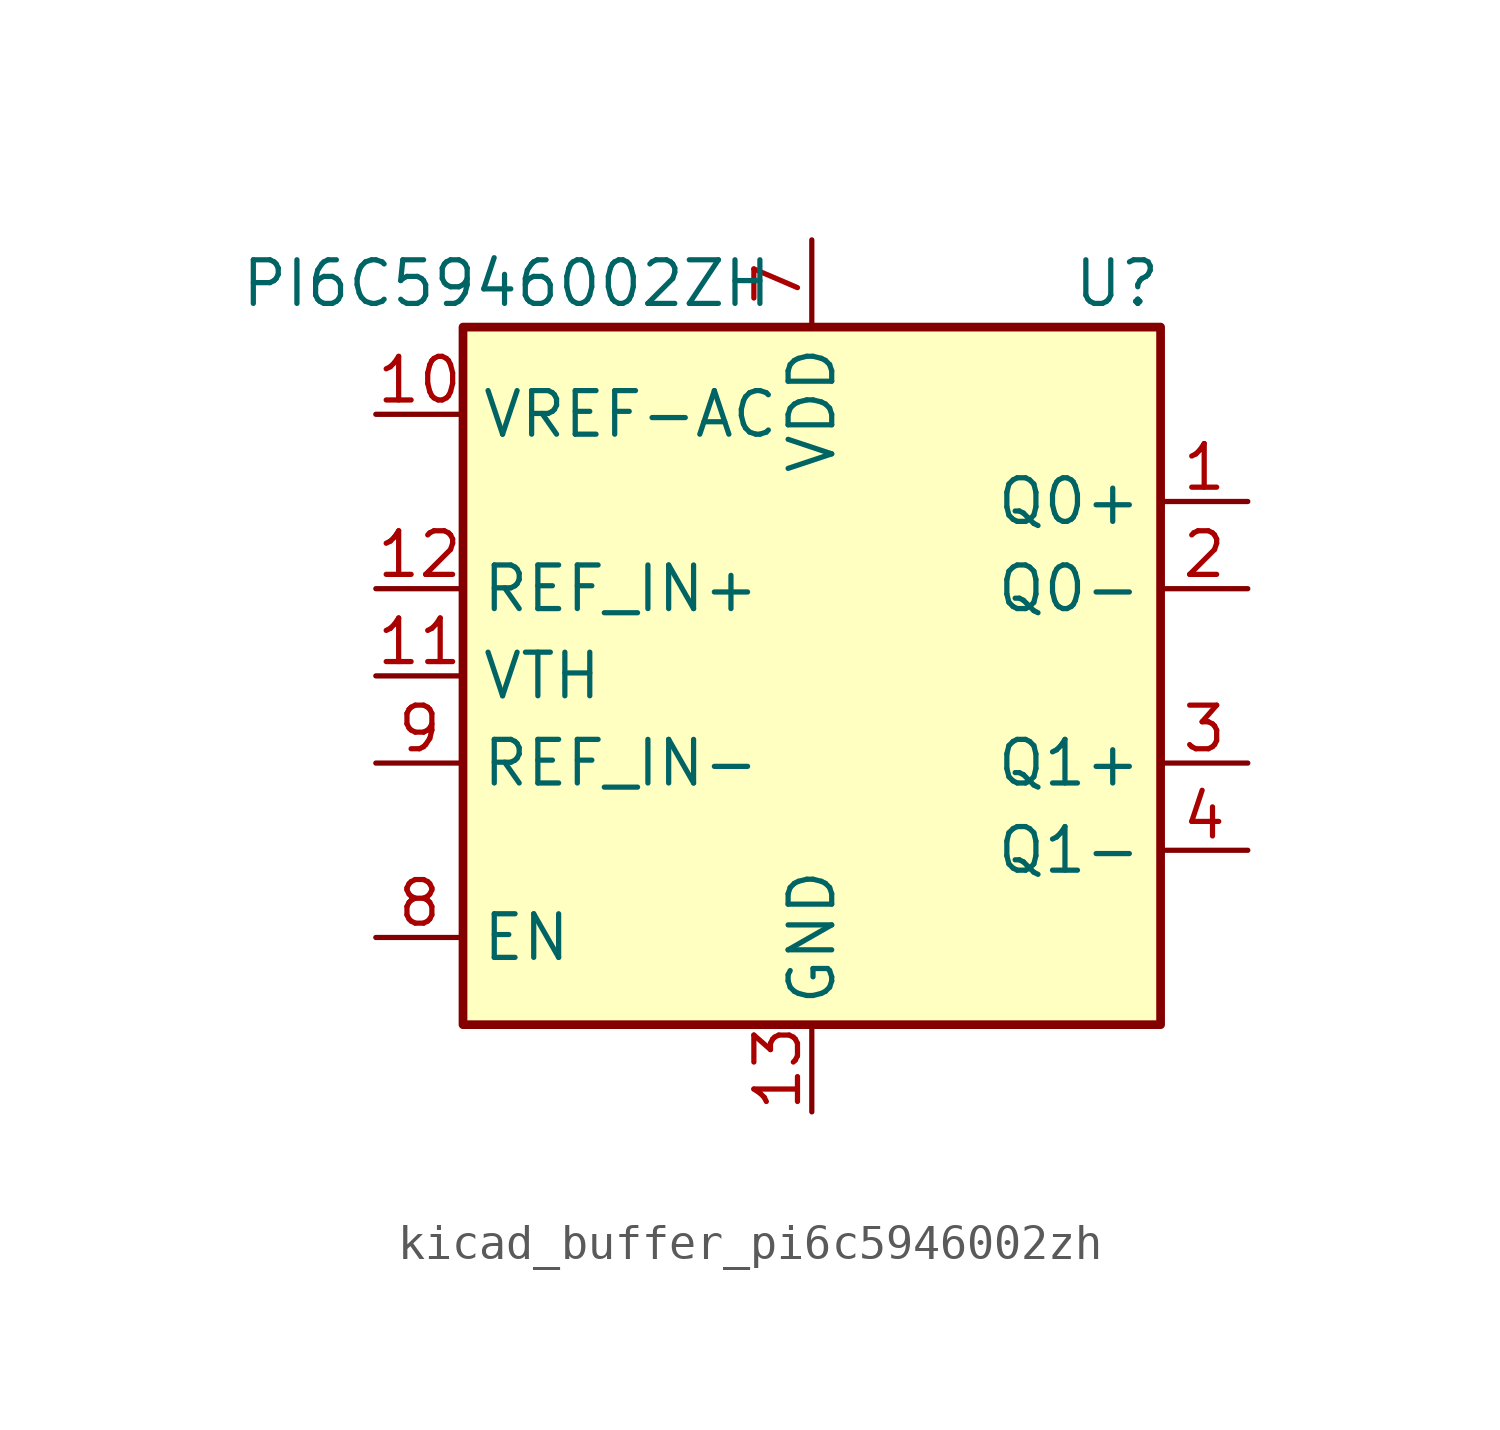
<source format=kicad_sym>
(kicad_symbol_lib
  (version 20220914)
  (generator kicad_symbol_editor)
  (symbol "kicad_buffer_pi6c5946002zh"
    (property "Reference" "U"
      (at 8.89 11.43 0)
      (effects (font (size 1.27 1.27))))
    (property "Value" "PI6C5946002ZH"
      (at -8.89 11.43 0)
      (effects (font (size 1.27 1.27))))
    (symbol "kicad_buffer_pi6c5946002zh_0_1"
      (rectangle (start -10.16 10.16) (end 10.16 -10.16) (stroke (width 0.254) (type default)) (fill (type background))))
    (symbol "kicad_buffer_pi6c5946002zh_1_1"
      (pin output line (at 12.7 5.08 180) (length 2.54) (name "Q0+" (effects (font (size 1.27 1.27)))) (number "1" (effects (font (size 1.27 1.27)))))
      (pin output line (at -12.7 7.62 0) (length 2.54) (name "VREF-AC" (effects (font (size 1.27 1.27)))) (number "10" (effects (font (size 1.27 1.27)))))
      (pin input line (at -12.7 0 0) (length 2.54) (name "VTH" (effects (font (size 1.27 1.27)))) (number "11" (effects (font (size 1.27 1.27)))))
      (pin input line (at -12.7 2.54 0) (length 2.54) (name "REF_IN+" (effects (font (size 1.27 1.27)))) (number "12" (effects (font (size 1.27 1.27)))))
      (pin power_in line (at 0 -12.7 90) (length 2.54) (name "GND" (effects (font (size 1.27 1.27)))) (number "13" (effects (font (size 1.27 1.27)))))
      (pin passive line (at 0 12.7 270) (length 2.54) hide (name "VDD" (effects (font (size 1.27 1.27)))) (number "14" (effects (font (size 1.27 1.27)))))
      (pin no_connect line (at 10.16 -7.62 180) (length 2.54) hide (name "DNC" (effects (font (size 1.27 1.27)))) (number "15" (effects (font (size 1.27 1.27)))))
      (pin no_connect line (at 10.16 7.62 180) (length 2.54) hide (name "DNC" (effects (font (size 1.27 1.27)))) (number "16" (effects (font (size 1.27 1.27)))))
      (pin passive line (at 0 -12.7 90) (length 2.54) hide (name "GND" (effects (font (size 1.27 1.27)))) (number "17" (effects (font (size 1.27 1.27)))))
      (pin output line (at 12.7 2.54 180) (length 2.54) (name "Q0-" (effects (font (size 1.27 1.27)))) (number "2" (effects (font (size 1.27 1.27)))))
      (pin output line (at 12.7 -2.54 180) (length 2.54) (name "Q1+" (effects (font (size 1.27 1.27)))) (number "3" (effects (font (size 1.27 1.27)))))
      (pin output line (at 12.7 -5.08 180) (length 2.54) (name "Q1-" (effects (font (size 1.27 1.27)))) (number "4" (effects (font (size 1.27 1.27)))))
      (pin no_connect line (at -10.16 5.08 0) (length 2.54) hide (name "DNC" (effects (font (size 1.27 1.27)))) (number "5" (effects (font (size 1.27 1.27)))))
      (pin no_connect line (at -10.16 -5.08 0) (length 2.54) hide (name "DNC" (effects (font (size 1.27 1.27)))) (number "6" (effects (font (size 1.27 1.27)))))
      (pin power_in line (at 0 12.7 270) (length 2.54) (name "VDD" (effects (font (size 1.27 1.27)))) (number "7" (effects (font (size 1.27 1.27)))))
      (pin input line (at -12.7 -7.62 0) (length 2.54) (name "EN" (effects (font (size 1.27 1.27)))) (number "8" (effects (font (size 1.27 1.27)))))
      (pin input line (at -12.7 -2.54 0) (length 2.54) (name "REF_IN-" (effects (font (size 1.27 1.27)))) (number "9" (effects (font (size 1.27 1.27))))))))
</source>
